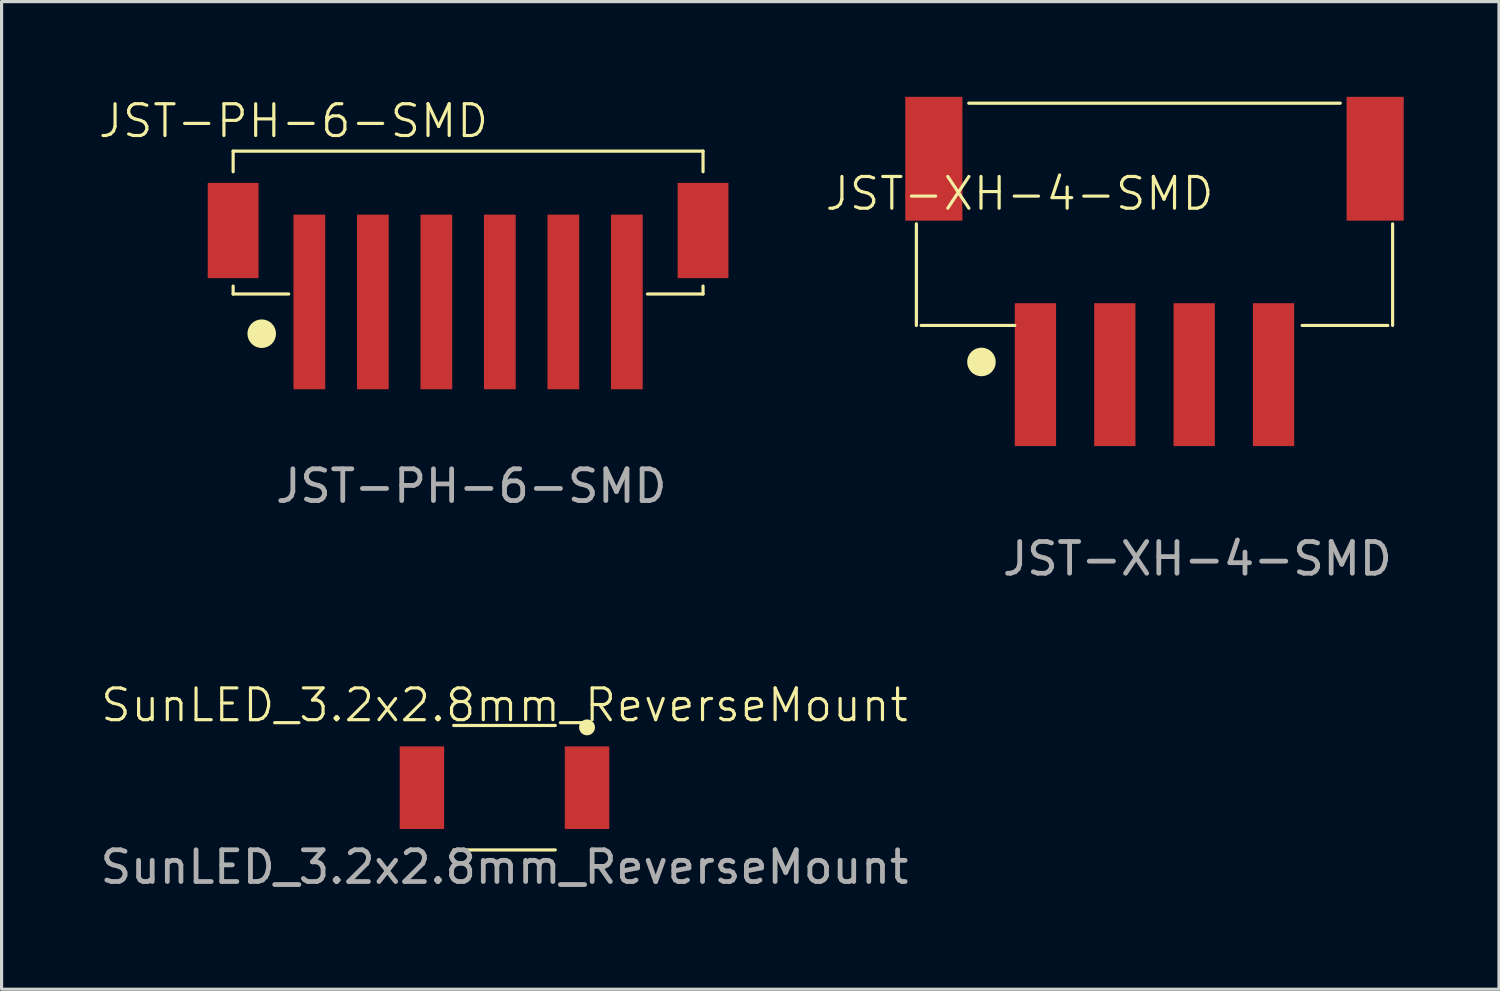
<source format=kicad_pcb>
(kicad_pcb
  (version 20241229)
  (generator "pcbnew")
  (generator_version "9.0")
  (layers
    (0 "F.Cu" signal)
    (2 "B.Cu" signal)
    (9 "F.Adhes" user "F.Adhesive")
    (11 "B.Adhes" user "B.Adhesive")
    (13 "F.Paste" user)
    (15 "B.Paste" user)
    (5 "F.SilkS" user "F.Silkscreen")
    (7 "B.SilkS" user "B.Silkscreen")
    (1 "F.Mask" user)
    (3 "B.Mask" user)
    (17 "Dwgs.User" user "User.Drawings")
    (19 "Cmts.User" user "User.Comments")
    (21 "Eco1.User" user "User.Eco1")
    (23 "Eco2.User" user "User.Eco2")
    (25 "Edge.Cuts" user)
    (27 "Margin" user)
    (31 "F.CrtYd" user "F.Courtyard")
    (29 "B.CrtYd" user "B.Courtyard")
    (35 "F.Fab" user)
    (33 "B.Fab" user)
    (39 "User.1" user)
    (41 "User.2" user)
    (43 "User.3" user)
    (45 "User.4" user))
  (footprint "JST-XH-4-SMD"
    (layer "F.Cu")
    (at 29.562 8.75)
    (property "Reference" "JST-XH-4-SMD" (at -0.5 -5.7 0) (unlocked yes) (layer "F.SilkS") (effects (font (size 1 1) (thickness 0.1))))
    (attr smd)
    (fp_line (start -3.75 -4.75) (end -3.75 -1.55) (stroke (width 0.1) (type default)) (layer "F.SilkS"))
    (fp_line (start -3.6 -1.55) (end -0.65 -1.55) (stroke (width 0.1) (type default)) (layer "F.SilkS"))
    (fp_line (start -2.1 -8.55) (end 9.6 -8.55) (stroke (width 0.1) (type default)) (layer "F.SilkS"))
    (fp_line (start 8.4 -1.55) (end 11.1 -1.55) (stroke (width 0.1) (type default)) (layer "F.SilkS"))
    (fp_line (start 11.25 -4.75) (end 11.25 -1.55) (stroke (width 0.1) (type default)) (layer "F.SilkS"))
    (fp_circle (center -1.7 -0.4) (end -1.3 -0.4) (stroke (width 0.1) (type solid)) (fill yes) (layer "F.SilkS"))
    (fp_text user "${REFERENCE}" (at 5.1 5.8 0) (unlocked yes) (layer "F.Fab") (effects (font (size 1 1) (thickness 0.15))))
    (pad "1" smd rect (at 0 0) (size 1.3 4.5) (layers "F.Cu" "F.Mask" "F.Paste"))
    (pad "2" smd rect (at 2.5 0) (size 1.3 4.5) (layers "F.Cu" "F.Mask" "F.Paste"))
    (pad "3" smd rect (at 5 0) (size 1.3 4.5) (layers "F.Cu" "F.Mask" "F.Paste"))
    (pad "4" smd rect (at 7.5 0) (size 1.3 4.5) (layers "F.Cu" "F.Mask" "F.Paste"))
    (pad "M" smd rect (at -3.2 -6.8) (size 1.8 3.9) (layers "F.Cu" "F.Mask" "F.Paste"))
    (pad "M" smd rect (at 10.7 -6.8) (size 1.8 3.9) (layers "F.Cu" "F.Mask" "F.Paste")))
  (footprint "JST-PH-6-SMD"
    (layer "F.Cu")
    (at 6.693 6.46)
    (property "Reference" "JST-PH-6-SMD" (at -0.5 -5.7 0) (unlocked yes) (layer "F.SilkS") (effects (font (size 1 1) (thickness 0.1))))
    (attr smd)
    (fp_line (start -2.4 -4.75) (end -2.4 -4.1) (stroke (width 0.1) (type default)) (layer "F.SilkS"))
    (fp_line (start -2.4 -4.75) (end 12.4 -4.75) (stroke (width 0.1) (type default)) (layer "F.SilkS"))
    (fp_line (start -2.4 -0.25) (end -2.4 -0.5) (stroke (width 0.1) (type default)) (layer "F.SilkS"))
    (fp_line (start -2.4 -0.25) (end -0.65 -0.25) (stroke (width 0.1) (type default)) (layer "F.SilkS"))
    (fp_line (start 10.65 -0.25) (end 12.4 -0.25) (stroke (width 0.1) (type default)) (layer "F.SilkS"))
    (fp_line (start 12.4 -4.75) (end 12.4 -4.1) (stroke (width 0.1) (type default)) (layer "F.SilkS"))
    (fp_line (start 12.4 -0.25) (end 12.4 -0.5) (stroke (width 0.1) (type default)) (layer "F.SilkS"))
    (fp_circle (center -1.5 1) (end -1.1 1) (stroke (width 0.1) (type solid)) (fill yes) (layer "F.SilkS"))
    (fp_text user "${REFERENCE}" (at 5.1 5.8 0) (unlocked yes) (layer "F.Fab") (effects (font (size 1 1) (thickness 0.15))))
    (pad "1" smd rect (at 0 0) (size 1 5.5) (layers "F.Cu" "F.Mask" "F.Paste"))
    (pad "2" smd rect (at 2 0) (size 1 5.5) (layers "F.Cu" "F.Mask" "F.Paste"))
    (pad "3" smd rect (at 4 0) (size 1 5.5) (layers "F.Cu" "F.Mask" "F.Paste"))
    (pad "4" smd rect (at 6 0) (size 1 5.5) (layers "F.Cu" "F.Mask" "F.Paste"))
    (pad "5" smd rect (at 8 0) (size 1 5.5) (layers "F.Cu" "F.Mask" "F.Paste"))
    (pad "6" smd rect (at 10 0) (size 1 5.5) (layers "F.Cu" "F.Mask" "F.Paste"))
    (pad "M" smd rect (at -2.4 -2.25) (size 1.6 3) (layers "F.Cu" "F.Mask" "F.Paste"))
    (pad "M" smd rect (at 12.4 -2.25) (size 1.6 3) (layers "F.Cu" "F.Mask" "F.Paste")))
  (footprint "SunLED_3.2x2.8mm_ReverseMount"
    (layer "F.Cu")
    (at 12.839 21.759)
    (property "Reference" "SunLED_3.2x2.8mm_ReverseMount" (at 0 -2.6 0) (unlocked yes) (layer "F.SilkS") (effects (font (size 1 1) (thickness 0.1))))
    (attr smd)
    (fp_circle (center 0 0) (end 1.8 0) (stroke (width 0.1) (type solid)) (fill yes) (layer "F.Mask"))
    (fp_line (start 1.6 -1.96) (end -1.6 -1.96) (stroke (width 0.1) (type default)) (layer "F.SilkS"))
    (fp_line (start 1.6 1.96) (end -1.6 1.96) (stroke (width 0.1) (type default)) (layer "F.SilkS"))
    (fp_circle (center 2.6 -1.9) (end 2.8 -1.9) (stroke (width 0.1) (type solid)) (fill yes) (layer "F.SilkS"))
    (fp_text user "${REFERENCE}" (at 0 2.5 0) (unlocked yes) (layer "F.Fab") (effects (font (size 1 1) (thickness 0.15))))
    (pad "1" smd rect (at 2.6 0) (size 1.4 2.6) (layers "F.Cu" "F.Mask" "F.Paste"))
    (pad "2" smd rect (at -2.6 0) (size 1.4 2.6) (layers "F.Cu" "F.Mask" "F.Paste"))
    (zone (net_name "") (layers "F.Cu" "B.Cu") (name "Light Path") (hatch edge 0.5) (connect_pads) (min_thickness 0.25) (filled_areas_thickness no) (keepout (tracks not_allowed) (vias not_allowed) (pads not_allowed) (copperpour not_allowed) (footprints allowed)) (placement (enabled no)) (fill) (polygon (pts (xy 10.939 19.859) (xy 14.739 19.859) (xy 14.739 23.659) (xy 10.939 23.659)))))
  (gr_rect
    (start -3 -3)
    (end 44.162 28.107)
    (stroke (width 0.1) (type default))
    (fill no)
    (layer "Edge.Cuts")))
</source>
